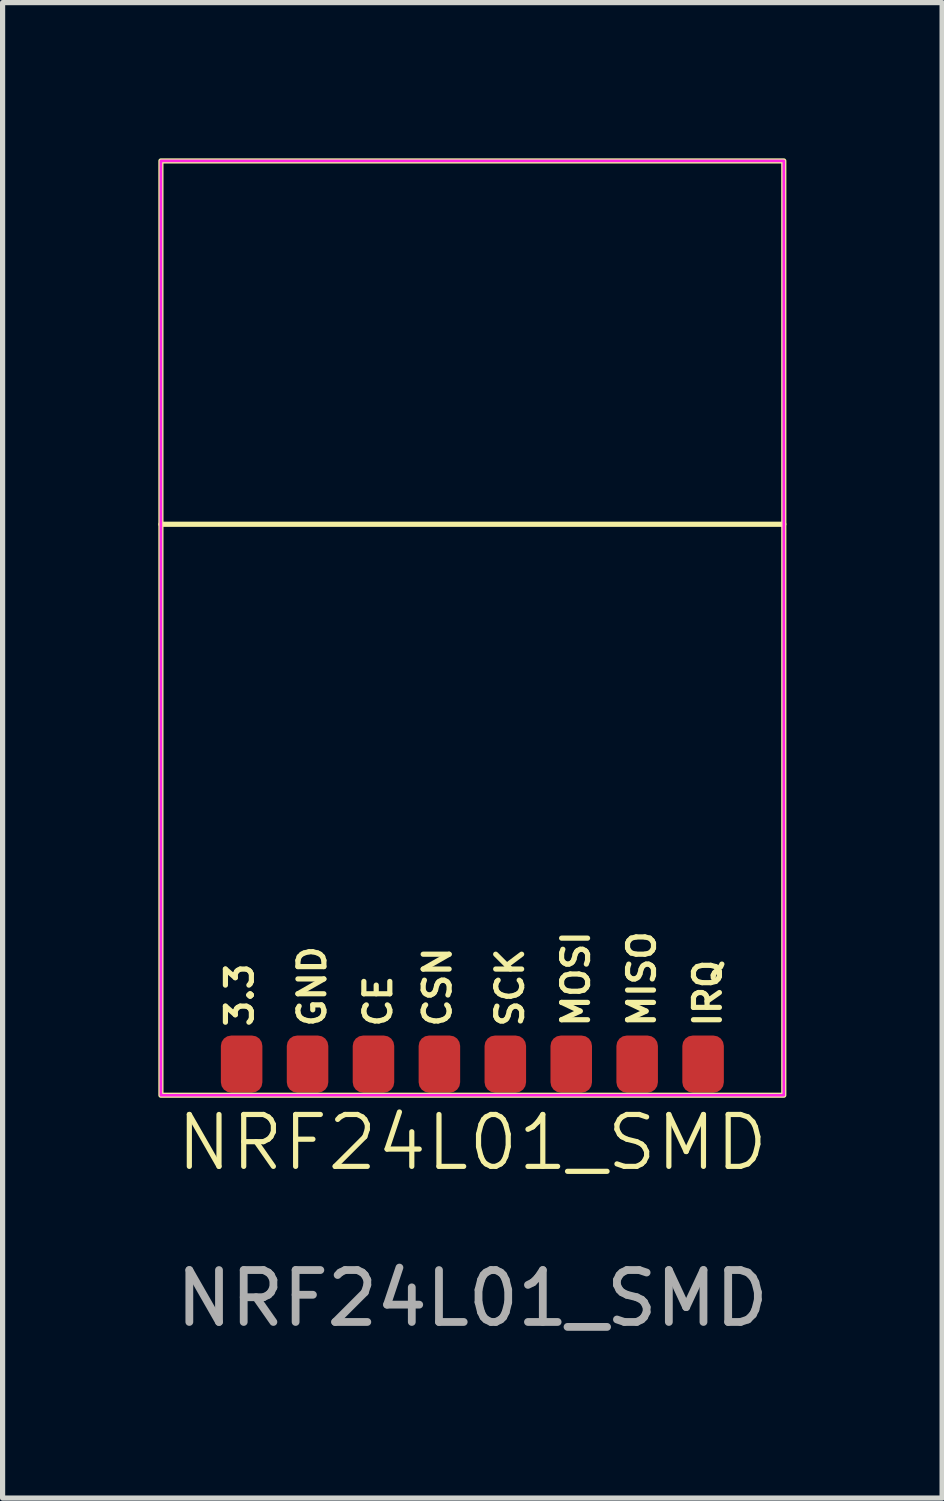
<source format=kicad_pcb>
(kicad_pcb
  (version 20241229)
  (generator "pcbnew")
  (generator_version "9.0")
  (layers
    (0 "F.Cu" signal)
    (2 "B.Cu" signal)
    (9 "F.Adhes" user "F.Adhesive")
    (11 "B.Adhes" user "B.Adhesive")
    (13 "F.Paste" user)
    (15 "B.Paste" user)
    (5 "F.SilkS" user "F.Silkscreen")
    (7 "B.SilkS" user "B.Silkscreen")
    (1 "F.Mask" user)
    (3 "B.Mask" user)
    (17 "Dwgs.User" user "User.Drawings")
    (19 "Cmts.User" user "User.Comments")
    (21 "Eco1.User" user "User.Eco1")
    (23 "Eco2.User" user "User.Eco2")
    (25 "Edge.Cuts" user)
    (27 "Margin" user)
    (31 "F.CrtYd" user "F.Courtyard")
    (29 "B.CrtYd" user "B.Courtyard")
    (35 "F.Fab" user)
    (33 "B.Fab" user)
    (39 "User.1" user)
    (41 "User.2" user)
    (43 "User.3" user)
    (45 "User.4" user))
  (footprint "NRF24L01_SMD"
    (layer "F.Cu")
    (at 6.05 18.05)
    (property "Reference" "NRF24L01_SMD" (at 0 0.913 0) (unlocked yes) (layer "F.SilkS") (effects (font (size 1 1) (thickness 0.1))))
    (attr smd)
    (fp_line (start -6 -11) (end 6 -11) (stroke (width 0.1) (type default)) (layer "F.SilkS"))
    (fp_rect (start -6 0) (end 6 -18) (stroke (width 0.1) (type default)) (fill no) (layer "F.SilkS"))
    (fp_rect (start -6 0) (end 6 -18) (stroke (width 0.05) (type default)) (fill no) (layer "F.CrtYd"))
    (fp_text user "CSN" (at -0.381 -1.27 90) (unlocked yes) (layer "F.SilkS") (effects (font (size 0.5 0.5) (thickness 0.1)) (justify left bottom)))
    (fp_text user "IRQ" (at 4.826 -1.27 90) (unlocked yes) (layer "F.SilkS") (effects (font (size 0.5 0.5) (thickness 0.1)) (justify left bottom)))
    (fp_text user "SCK" (at 1.016 -1.27 90) (unlocked yes) (layer "F.SilkS") (effects (font (size 0.5 0.5) (thickness 0.1)) (justify left bottom)))
    (fp_text user "3.3" (at -4.191 -1.27 90) (unlocked yes) (layer "F.SilkS") (effects (font (size 0.5 0.5) (thickness 0.1)) (justify left bottom)))
    (fp_text user "CE" (at -1.524 -1.27 90) (unlocked yes) (layer "F.SilkS") (effects (font (size 0.5 0.5) (thickness 0.1)) (justify left bottom)))
    (fp_text user "GND" (at -2.794 -1.27 90) (unlocked yes) (layer "F.SilkS") (effects (font (size 0.5 0.5) (thickness 0.1)) (justify left bottom)))
    (fp_text user "MOSI" (at 2.286 -1.27 90) (unlocked yes) (layer "F.SilkS") (effects (font (size 0.5 0.5) (thickness 0.1)) (justify left bottom)))
    (fp_text user "MISO" (at 3.556 -1.27 90) (unlocked yes) (layer "F.SilkS") (effects (font (size 0.5 0.5) (thickness 0.1)) (justify left bottom)))
    (fp_text user "${REFERENCE}" (at 0 3.913 0) (unlocked yes) (layer "F.Fab") (effects (font (size 1 1) (thickness 0.15))))
    (pad "1" smd roundrect (at -3.175 -0.6 90) (size 1.1 0.8) (layers "F.Cu" "F.Mask" "F.Paste") (roundrect_rratio 0.25))
    (pad "2" smd roundrect (at -4.445 -0.6 90) (size 1.1 0.8) (layers "F.Cu" "F.Mask" "F.Paste") (roundrect_rratio 0.25))
    (pad "3" smd roundrect (at -1.905 -0.6 90) (size 1.1 0.8) (layers "F.Cu" "F.Mask" "F.Paste") (roundrect_rratio 0.25))
    (pad "4" smd roundrect (at -0.635 -0.6 90) (size 1.1 0.8) (layers "F.Cu" "F.Mask" "F.Paste") (roundrect_rratio 0.25))
    (pad "5" smd roundrect (at 0.635 -0.6 90) (size 1.1 0.8) (layers "F.Cu" "F.Mask" "F.Paste") (roundrect_rratio 0.25))
    (pad "6" smd roundrect (at 1.905 -0.6 90) (size 1.1 0.8) (layers "F.Cu" "F.Mask" "F.Paste") (roundrect_rratio 0.25))
    (pad "7" smd roundrect (at 3.175 -0.6 90) (size 1.1 0.8) (layers "F.Cu" "F.Mask" "F.Paste") (roundrect_rratio 0.25))
    (pad "8" smd roundrect (at 4.445 -0.6 90) (size 1.1 0.8) (layers "F.Cu" "F.Mask" "F.Paste") (roundrect_rratio 0.25)))
  (gr_rect
    (start -3 -3)
    (end 15.1 25.811)
    (stroke (width 0.1) (type default))
    (fill no)
    (layer "Edge.Cuts")))
</source>
